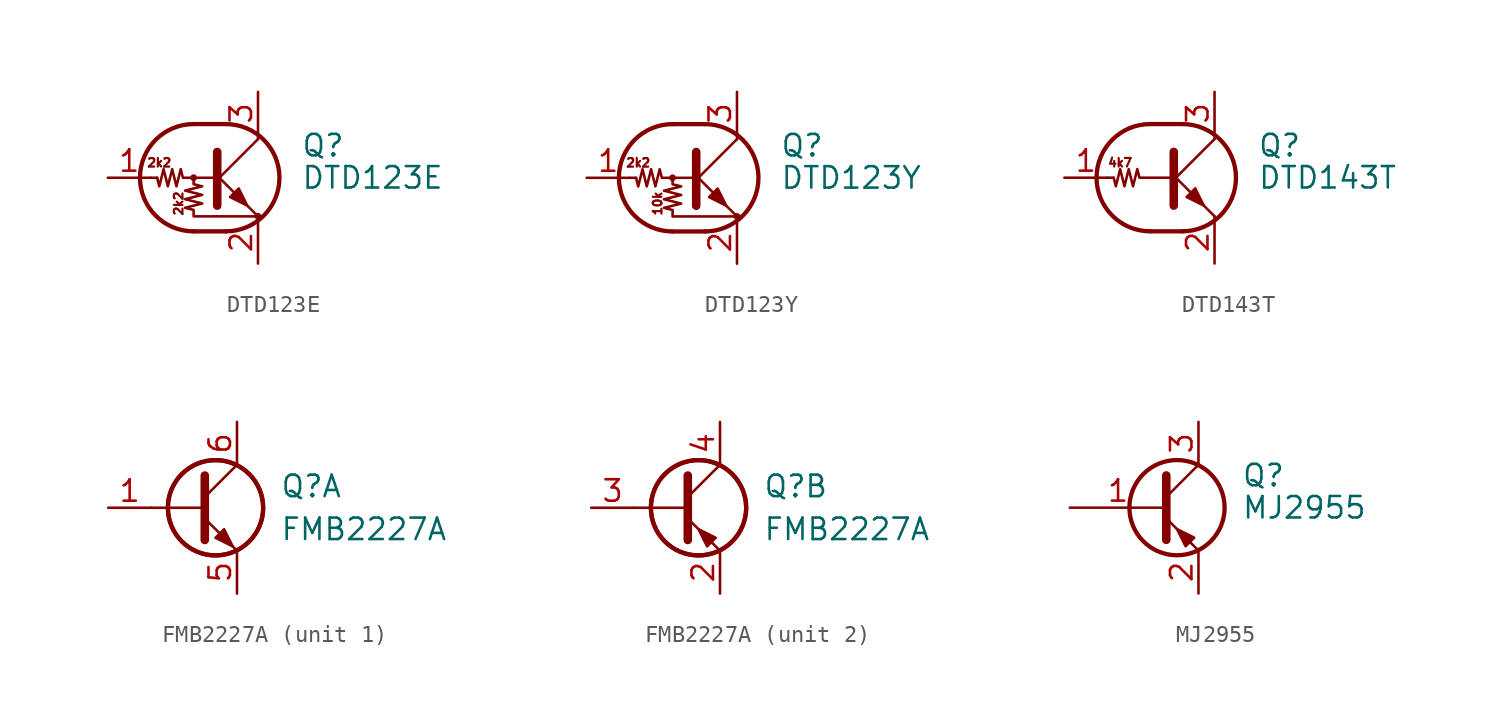
<source format=kicad_sym>
(kicad_symbol_lib
  (version 20231120)
  (generator "kicad_symbol_editor")
  (generator_version "8.0")
  (symbol "DTD123E"
    (pin_names
      (offset 0) hide)
    (property "Reference" "Q"
      (at 5.08 1.905 0)
      (effects (font (size 1.27 1.27)) (justify left)))
    (property "Value" "DTD123E"
      (at 5.08 0 0)
      (effects (font (size 1.27 1.27)) (justify left)))
    (symbol "DTD123E_0_0"
      (text "2k2" (at -3.302 0.889 0) (effects (font (size 0.508 0.508))))
      (text "2k2" (at -2.159 -1.524 900) (effects (font (size 0.508 0.508)))))
    (symbol "DTD123E_0_1"
      (circle (center -1.27 0) (radius 0.127) (stroke (width 0) (type default)) (fill (type none)))
      (arc (start -1.27 3.175) (mid -4.4312 0) (end -1.27 -3.175) (stroke (width 0.254) (type default)) (fill (type none)))
      (polyline (pts (xy -3.429 0) (xy -3.81 0)) (stroke (width 0) (type default)) (fill (type none)))
      (polyline (pts (xy -1.27 -3.175) (xy 0.635 -3.175)) (stroke (width 0.254) (type default)) (fill (type none)))
      (polyline (pts (xy -1.27 3.175) (xy 0.635 3.175)) (stroke (width 0.254) (type default)) (fill (type none)))
      (polyline (pts (xy 0 -0.254) (xy 2.54 2.286)) (stroke (width 0) (type default)) (fill (type none)))
      (polyline (pts (xy 0.127 1.524) (xy 0.127 -1.651)) (stroke (width 0.508) (type default)) (fill (type outline)))
      (polyline (pts (xy 2.54 2.286) (xy 2.54 2.54)) (stroke (width 0) (type default)) (fill (type none)))
      (polyline (pts (xy 2.54 -2.286) (xy 0 0.254) (xy 0 0.254)) (stroke (width 0) (type default)) (fill (type none)))
      (polyline (pts (xy 0.889 -1.143) (xy 1.397 -0.635) (xy 1.905 -1.651) (xy 0.889 -1.143)) (stroke (width 0) (type default)) (fill (type outline)))
      (polyline (pts (xy 0 0) (xy -1.905 0) (xy -2.032 0.508) (xy -2.286 -0.508) (xy -2.54 0.508) (xy -2.794 -0.508) (xy -3.048 0.508) (xy -3.302 -0.508) (xy -3.429 0)) (stroke (width 0) (type default)) (fill (type none)))
      (polyline (pts (xy -1.27 0) (xy -1.27 -0.381) (xy -0.762 -0.508) (xy -1.778 -0.762) (xy -0.762 -1.016) (xy -1.778 -1.27) (xy -0.762 -1.524) (xy -1.778 -1.778) (xy -1.27 -1.905) (xy -1.27 -2.286) (xy 2.54 -2.286)) (stroke (width 0) (type default)) (fill (type none)))
      (arc (start 0.635 -3.175) (mid 3.7962 0) (end 0.635 3.175) (stroke (width 0.254) (type default)) (fill (type none)))
      (circle (center 2.54 -2.286) (radius 0.127) (stroke (width 0) (type default)) (fill (type none))))
    (symbol "DTD123E_1_1"
      (pin input line (at -6.35 0 0) (length 2.54) (name "B" (effects (font (size 1.27 1.27)))) (number "1" (effects (font (size 1.27 1.27)))))
      (pin passive line (at 2.54 -5.08 90) (length 2.54) (name "E" (effects (font (size 1.27 1.27)))) (number "2" (effects (font (size 1.27 1.27)))))
      (pin passive line (at 2.54 5.08 270) (length 2.54) (name "C" (effects (font (size 1.27 1.27)))) (number "3" (effects (font (size 1.27 1.27)))))))
  (symbol "DTD123Y"
    (pin_names
      (offset 0) hide)
    (property "Reference" "Q"
      (at 5.08 1.905 0)
      (effects (font (size 1.27 1.27)) (justify left)))
    (property "Value" "DTD123Y"
      (at 5.08 0 0)
      (effects (font (size 1.27 1.27)) (justify left)))
    (symbol "DTD123Y_0_0"
      (text "10k" (at -2.159 -1.524 900) (effects (font (size 0.508 0.508))))
      (text "2k2" (at -3.302 0.889 0) (effects (font (size 0.508 0.508)))))
    (symbol "DTD123Y_0_1"
      (circle (center -1.27 0) (radius 0.127) (stroke (width 0) (type default)) (fill (type none)))
      (arc (start -1.27 3.175) (mid -4.4312 0) (end -1.27 -3.175) (stroke (width 0.254) (type default)) (fill (type none)))
      (polyline (pts (xy -3.429 0) (xy -3.81 0)) (stroke (width 0) (type default)) (fill (type none)))
      (polyline (pts (xy -1.27 -3.175) (xy 0.635 -3.175)) (stroke (width 0.254) (type default)) (fill (type none)))
      (polyline (pts (xy -1.27 3.175) (xy 0.635 3.175)) (stroke (width 0.254) (type default)) (fill (type none)))
      (polyline (pts (xy 0 -0.254) (xy 2.54 2.286)) (stroke (width 0) (type default)) (fill (type none)))
      (polyline (pts (xy 0.127 1.524) (xy 0.127 -1.651)) (stroke (width 0.508) (type default)) (fill (type outline)))
      (polyline (pts (xy 2.54 2.286) (xy 2.54 2.54)) (stroke (width 0) (type default)) (fill (type none)))
      (polyline (pts (xy 2.54 -2.286) (xy 0 0.254) (xy 0 0.254)) (stroke (width 0) (type default)) (fill (type none)))
      (polyline (pts (xy 0.889 -1.143) (xy 1.397 -0.635) (xy 1.905 -1.651) (xy 0.889 -1.143)) (stroke (width 0) (type default)) (fill (type outline)))
      (polyline (pts (xy 0 0) (xy -1.905 0) (xy -2.032 0.508) (xy -2.286 -0.508) (xy -2.54 0.508) (xy -2.794 -0.508) (xy -3.048 0.508) (xy -3.302 -0.508) (xy -3.429 0)) (stroke (width 0) (type default)) (fill (type none)))
      (polyline (pts (xy -1.27 0) (xy -1.27 -0.381) (xy -0.762 -0.508) (xy -1.778 -0.762) (xy -0.762 -1.016) (xy -1.778 -1.27) (xy -0.762 -1.524) (xy -1.778 -1.778) (xy -1.27 -1.905) (xy -1.27 -2.286) (xy 2.54 -2.286)) (stroke (width 0) (type default)) (fill (type none)))
      (arc (start 0.635 -3.175) (mid 3.7962 0) (end 0.635 3.175) (stroke (width 0.254) (type default)) (fill (type none)))
      (circle (center 2.54 -2.286) (radius 0.127) (stroke (width 0) (type default)) (fill (type none))))
    (symbol "DTD123Y_1_1"
      (pin input line (at -6.35 0 0) (length 2.54) (name "B" (effects (font (size 1.27 1.27)))) (number "1" (effects (font (size 1.27 1.27)))))
      (pin passive line (at 2.54 -5.08 90) (length 2.54) (name "E" (effects (font (size 1.27 1.27)))) (number "2" (effects (font (size 1.27 1.27)))))
      (pin passive line (at 2.54 5.08 270) (length 2.54) (name "C" (effects (font (size 1.27 1.27)))) (number "3" (effects (font (size 1.27 1.27)))))))
  (symbol "DTD143T"
    (pin_names
      (offset 0) hide)
    (property "Reference" "Q"
      (at 5.08 1.905 0)
      (effects (font (size 1.27 1.27)) (justify left)))
    (property "Value" "DTD143T"
      (at 5.08 0 0)
      (effects (font (size 1.27 1.27)) (justify left)))
    (symbol "DTD143T_0_0"
      (polyline (pts (xy 2.54 -2.286) (xy 2.54 -2.54)) (stroke (width 0) (type default)) (fill (type none)))
      (text "4k7" (at -3.048 0.889 0) (effects (font (size 0.508 0.508)))))
    (symbol "DTD143T_0_1"
      (arc (start -1.27 3.175) (mid -4.4312 0) (end -1.27 -3.175) (stroke (width 0.254) (type default)) (fill (type none)))
      (polyline (pts (xy -3.429 0) (xy -3.81 0)) (stroke (width 0) (type default)) (fill (type none)))
      (polyline (pts (xy -1.27 -3.175) (xy 0.635 -3.175)) (stroke (width 0.254) (type default)) (fill (type none)))
      (polyline (pts (xy -1.27 3.175) (xy 0.635 3.175)) (stroke (width 0.254) (type default)) (fill (type none)))
      (polyline (pts (xy 0 -0.254) (xy 2.54 2.286)) (stroke (width 0) (type default)) (fill (type none)))
      (polyline (pts (xy 0.127 1.524) (xy 0.127 -1.651)) (stroke (width 0.508) (type default)) (fill (type outline)))
      (polyline (pts (xy 2.54 2.286) (xy 2.54 2.54)) (stroke (width 0) (type default)) (fill (type none)))
      (polyline (pts (xy 2.54 -2.286) (xy 0 0.254) (xy 0 0.254)) (stroke (width 0) (type default)) (fill (type none)))
      (polyline (pts (xy 0.889 -1.143) (xy 1.397 -0.635) (xy 1.905 -1.651) (xy 0.889 -1.143)) (stroke (width 0) (type default)) (fill (type outline)))
      (polyline (pts (xy 0 0) (xy -1.905 0) (xy -2.032 0.508) (xy -2.286 -0.508) (xy -2.54 0.508) (xy -2.794 -0.508) (xy -3.048 0.508) (xy -3.302 -0.508) (xy -3.429 0)) (stroke (width 0) (type default)) (fill (type none)))
      (arc (start 0.635 -3.175) (mid 3.7962 0) (end 0.635 3.175) (stroke (width 0.254) (type default)) (fill (type none))))
    (symbol "DTD143T_1_1"
      (pin input line (at -6.35 0 0) (length 2.54) (name "B" (effects (font (size 1.27 1.27)))) (number "1" (effects (font (size 1.27 1.27)))))
      (pin passive line (at 2.54 -5.08 90) (length 2.54) (name "E" (effects (font (size 1.27 1.27)))) (number "2" (effects (font (size 1.27 1.27)))))
      (pin passive line (at 2.54 5.08 270) (length 2.54) (name "C" (effects (font (size 1.27 1.27)))) (number "3" (effects (font (size 1.27 1.27)))))))
  (symbol "FMB2227A"
    (pin_names
      (offset 0) hide)
    (property "Reference" "Q"
      (at 5.08 1.27 0)
      (effects (font (size 1.27 1.27)) (justify left)))
    (property "Value" "FMB2227A"
      (at 5.08 -1.27 0)
      (effects (font (size 1.27 1.27)) (justify left)))
    (property "ki_locked" ""
      (at 0 0 0)
      (effects (font (size 1.27 1.27))))
    (symbol "FMB2227A_0_1"
      (polyline (pts (xy 0.635 0) (xy -2.54 0)) (stroke (width 0) (type default)) (fill (type none)))
      (circle (center 1.27 0) (radius 2.819) (stroke (width 0.254) (type default)) (fill (type none)))
      (circle (center 1.27 0) (radius 2.819) (stroke (width 0.254) (type default)) (fill (type none))))
    (symbol "FMB2227A_1_1"
      (polyline (pts (xy 0.635 0.635) (xy 2.54 2.54)) (stroke (width 0) (type default)) (fill (type none)))
      (polyline (pts (xy 0.635 -0.635) (xy 2.54 -2.54) (xy 2.54 -2.54)) (stroke (width 0) (type default)) (fill (type none)))
      (polyline (pts (xy 0.635 1.905) (xy 0.635 -1.905) (xy 0.635 -1.905)) (stroke (width 0.508) (type default)) (fill (type none)))
      (polyline (pts (xy 1.27 -1.778) (xy 1.778 -1.27) (xy 2.286 -2.286) (xy 1.27 -1.778) (xy 1.27 -1.778)) (stroke (width 0) (type default)) (fill (type outline)))
      (pin input line (at -5.08 0 0) (length 2.54) (name "B1" (effects (font (size 1.27 1.27)))) (number "1" (effects (font (size 1.27 1.27)))))
      (pin passive line (at 2.54 -5.08 90) (length 2.54) (name "E1" (effects (font (size 1.27 1.27)))) (number "5" (effects (font (size 1.27 1.27)))))
      (pin passive line (at 2.54 5.08 270) (length 2.54) (name "C1" (effects (font (size 1.27 1.27)))) (number "6" (effects (font (size 1.27 1.27))))))
    (symbol "FMB2227A_2_1"
      (polyline (pts (xy 0.635 0.635) (xy 2.54 2.54)) (stroke (width 0) (type default)) (fill (type none)))
      (polyline (pts (xy 0.635 -0.635) (xy 2.54 -2.54) (xy 2.54 -2.54)) (stroke (width 0) (type default)) (fill (type none)))
      (polyline (pts (xy 0.635 1.905) (xy 0.635 -1.905) (xy 0.635 -1.905)) (stroke (width 0.508) (type default)) (fill (type none)))
      (polyline (pts (xy 2.286 -1.778) (xy 1.778 -2.286) (xy 1.27 -1.27) (xy 2.286 -1.778) (xy 2.286 -1.778)) (stroke (width 0) (type default)) (fill (type outline)))
      (pin passive line (at 2.54 -5.08 90) (length 2.54) (name "E2" (effects (font (size 1.27 1.27)))) (number "2" (effects (font (size 1.27 1.27)))))
      (pin input line (at -5.08 0 0) (length 2.54) (name "B2" (effects (font (size 1.27 1.27)))) (number "3" (effects (font (size 1.27 1.27)))))
      (pin passive line (at 2.54 5.08 270) (length 2.54) (name "C2" (effects (font (size 1.27 1.27)))) (number "4" (effects (font (size 1.27 1.27)))))))
  (symbol "MJ2955"
    (pin_names
      (offset 0) hide)
    (property "Reference" "Q"
      (at 5.08 1.905 0)
      (effects (font (size 1.27 1.27)) (justify left)))
    (property "Value" "MJ2955"
      (at 5.08 0 0)
      (effects (font (size 1.27 1.27)) (justify left)))
    (symbol "MJ2955_0_1"
      (polyline (pts (xy 0.635 0.635) (xy 2.54 2.54)) (stroke (width 0) (type default)) (fill (type none)))
      (polyline (pts (xy 0.635 -0.635) (xy 2.54 -2.54) (xy 2.54 -2.54)) (stroke (width 0) (type default)) (fill (type none)))
      (polyline (pts (xy 0.635 1.905) (xy 0.635 -1.905) (xy 0.635 -1.905)) (stroke (width 0.508) (type default)) (fill (type none)))
      (polyline (pts (xy 2.286 -1.778) (xy 1.778 -2.286) (xy 1.27 -1.27) (xy 2.286 -1.778) (xy 2.286 -1.778)) (stroke (width 0) (type default)) (fill (type outline)))
      (circle (center 1.27 0) (radius 2.819) (stroke (width 0.254) (type default)) (fill (type none))))
    (symbol "MJ2955_1_1"
      (pin input line (at -5.08 0 0) (length 5.715) (name "B" (effects (font (size 1.27 1.27)))) (number "1" (effects (font (size 1.27 1.27)))))
      (pin passive line (at 2.54 -5.08 90) (length 2.54) (name "E" (effects (font (size 1.27 1.27)))) (number "2" (effects (font (size 1.27 1.27)))))
      (pin passive line (at 2.54 5.08 270) (length 2.54) (name "C" (effects (font (size 1.27 1.27)))) (number "3" (effects (font (size 1.27 1.27))))))))
</source>
